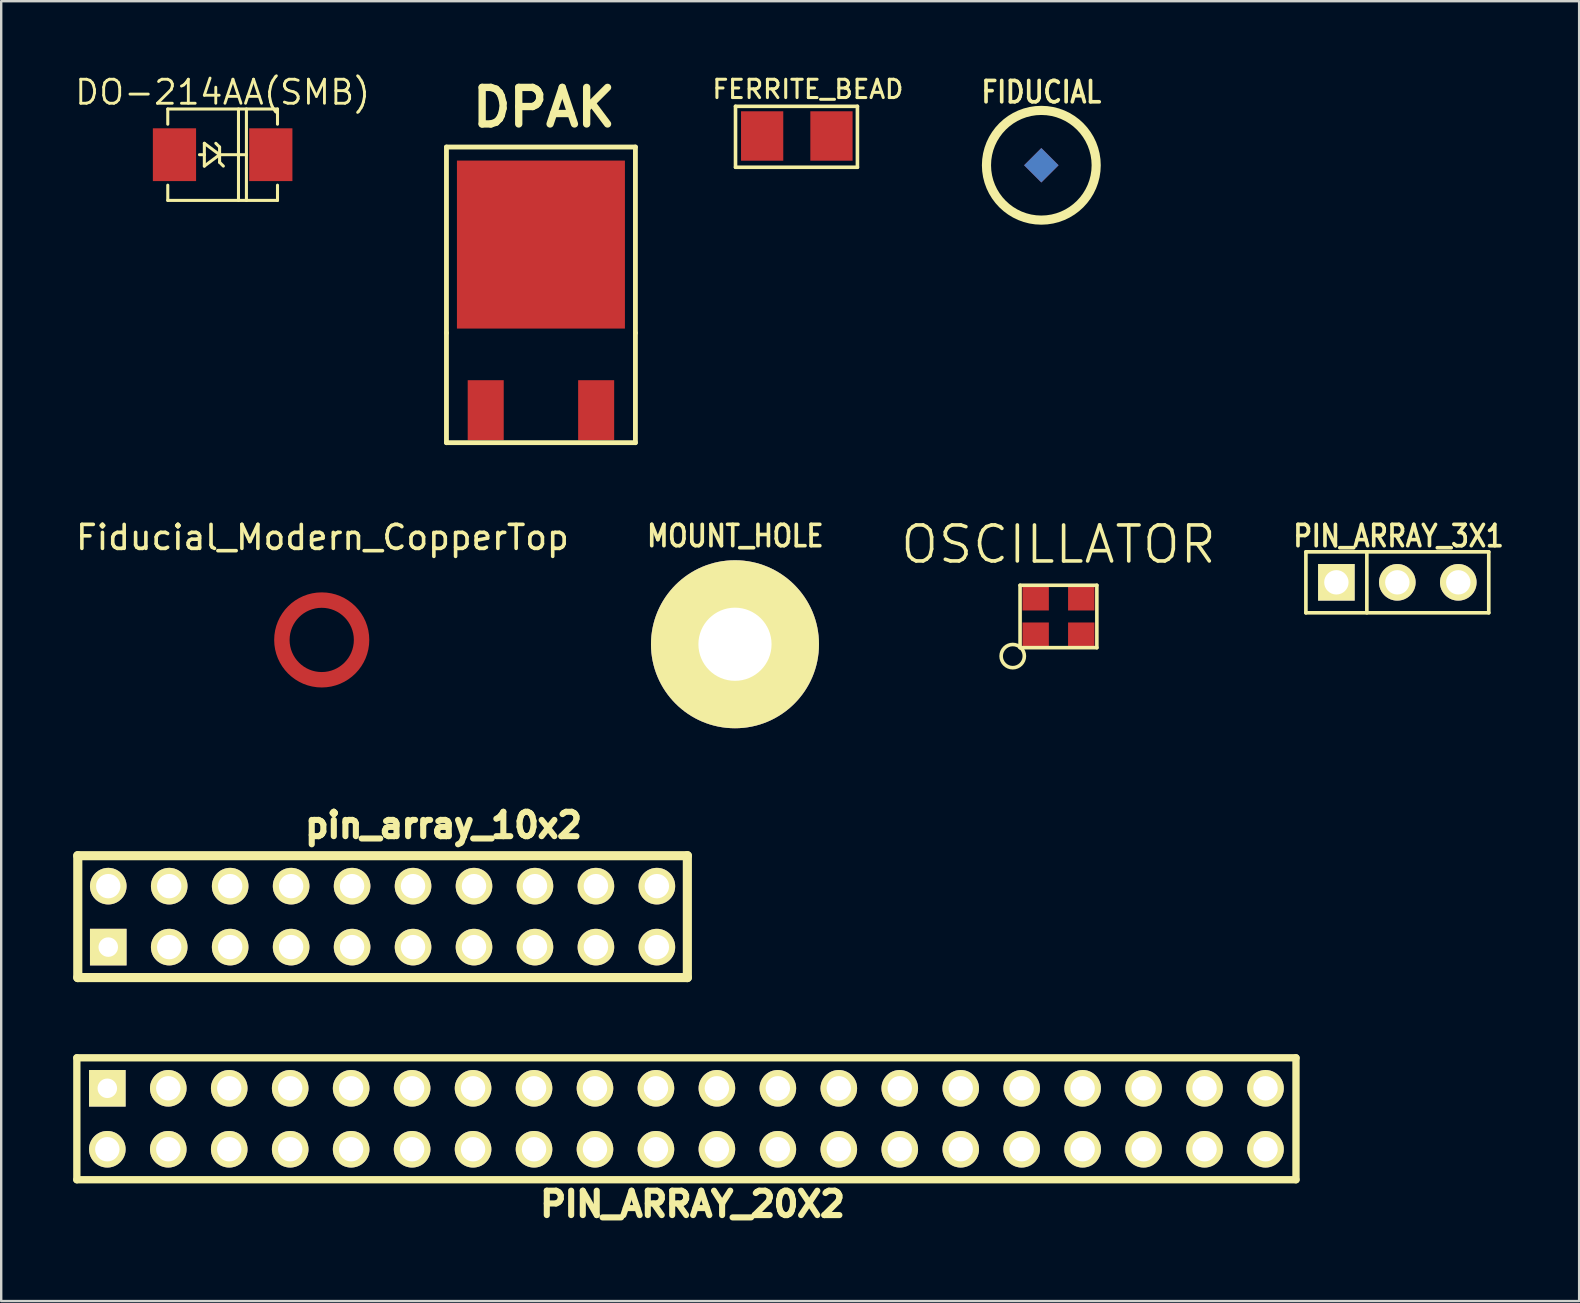
<source format=kicad_pcb>
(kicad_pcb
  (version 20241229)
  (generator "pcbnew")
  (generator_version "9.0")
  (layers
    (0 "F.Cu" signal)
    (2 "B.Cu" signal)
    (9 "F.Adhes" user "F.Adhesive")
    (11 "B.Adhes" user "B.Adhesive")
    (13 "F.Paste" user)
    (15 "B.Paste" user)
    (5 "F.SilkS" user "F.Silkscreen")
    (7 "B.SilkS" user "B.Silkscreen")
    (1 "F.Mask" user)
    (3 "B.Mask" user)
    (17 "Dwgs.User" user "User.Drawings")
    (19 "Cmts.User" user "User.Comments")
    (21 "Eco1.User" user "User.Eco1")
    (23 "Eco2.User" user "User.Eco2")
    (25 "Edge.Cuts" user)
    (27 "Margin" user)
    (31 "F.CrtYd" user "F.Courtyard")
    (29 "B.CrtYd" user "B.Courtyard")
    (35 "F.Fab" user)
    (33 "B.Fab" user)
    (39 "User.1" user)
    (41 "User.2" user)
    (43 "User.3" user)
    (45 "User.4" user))
  (footprint "Fiducial_Modern_CopperTop"
    (layer "F.Cu")
    (at 10.356 23.615)
    (property "Reference" "Fiducial_Modern_CopperTop" (at 0.03 -4.27 0) (layer "F.SilkS") (effects (font (size 1 1) (thickness 0.15))))
    (attr through_hole)
    (fp_circle (center 0 0) (end 1.529 0) (stroke (width 0.381) (type solid)) (fill no) (layer "F.Cu"))
    (fp_circle (center 0 0) (end 1.791 0) (stroke (width 0.381) (type solid)) (fill no) (layer "F.Cu"))
    (pad "" smd circle (at 0 0) (size 4.801 4.801) (layers "F.Mask")))
  (footprint "PIN_ARRAY_3X1"
    (layer "F.Cu")
    (at 55.175 21.215)
    (property "Reference" "PIN_ARRAY_3X1" (at 0.051 -1.93 0) (layer "F.SilkS") (effects (font (size 0.889 0.762) (thickness 0.152))))
    (attr through_hole)
    (fp_line (start -3.81 -1.27) (end 3.81 -1.27) (stroke (width 0.152) (type solid)) (layer "F.SilkS"))
    (fp_line (start -3.81 1.27) (end -3.81 -1.27) (stroke (width 0.152) (type solid)) (layer "F.SilkS"))
    (fp_line (start -1.27 -1.27) (end -1.27 1.27) (stroke (width 0.152) (type solid)) (layer "F.SilkS"))
    (fp_line (start 3.81 -1.27) (end 3.81 1.27) (stroke (width 0.152) (type solid)) (layer "F.SilkS"))
    (fp_line (start 3.81 1.27) (end -3.81 1.27) (stroke (width 0.152) (type solid)) (layer "F.SilkS"))
    (pad "1" thru_hole rect (at -2.54 0) (size 1.524 1.524) (drill 1.016) (layers "*.Cu" "*.Mask" "F.SilkS"))
    (pad "2" thru_hole circle (at 0 0) (size 1.524 1.524) (drill 1.016) (layers "*.Cu" "*.Mask" "F.SilkS"))
    (pad "3" thru_hole circle (at 2.54 0) (size 1.524 1.524) (drill 1.016) (layers "*.Cu" "*.Mask" "F.SilkS")))
  (footprint "PIN_ARRAY_20X2"
    (layer "F.Cu")
    (at 25.552 43.568)
    (property "Reference" "PIN_ARRAY_20X2" (at 0.254 3.556 0) (layer "F.SilkS") (effects (font (size 1.016 1.016) (thickness 0.305))))
    (attr through_hole)
    (fp_line (start -25.4 2.54) (end -25.4 -2.54) (stroke (width 0.305) (type solid)) (layer "F.SilkS"))
    (fp_line (start 25.4 -2.54) (end -25.4 -2.54) (stroke (width 0.305) (type solid)) (layer "F.SilkS"))
    (fp_line (start 25.4 2.54) (end -25.4 2.54) (stroke (width 0.305) (type solid)) (layer "F.SilkS"))
    (fp_line (start 25.4 2.54) (end 25.4 -2.54) (stroke (width 0.305) (type solid)) (layer "F.SilkS"))
    (pad "1" thru_hole rect (at -24.13 -1.27) (size 1.524 1.524) (drill 0.813) (layers "*.Cu" "*.Mask" "F.SilkS"))
    (pad "2" thru_hole circle (at -24.13 1.27) (size 1.524 1.524) (drill 1.016) (layers "*.Cu" "*.Mask" "F.SilkS"))
    (pad "3" thru_hole circle (at -21.59 -1.27) (size 1.524 1.524) (drill 1.016) (layers "*.Cu" "*.Mask" "F.SilkS"))
    (pad "4" thru_hole circle (at -21.59 1.27) (size 1.524 1.524) (drill 1.016) (layers "*.Cu" "*.Mask" "F.SilkS"))
    (pad "5" thru_hole circle (at -19.05 -1.27) (size 1.524 1.524) (drill 1.016) (layers "*.Cu" "*.Mask" "F.SilkS"))
    (pad "6" thru_hole circle (at -19.05 1.27) (size 1.524 1.524) (drill 1.016) (layers "*.Cu" "*.Mask" "F.SilkS"))
    (pad "7" thru_hole circle (at -16.51 -1.27) (size 1.524 1.524) (drill 1.016) (layers "*.Cu" "*.Mask" "F.SilkS"))
    (pad "8" thru_hole circle (at -16.51 1.27) (size 1.524 1.524) (drill 1.016) (layers "*.Cu" "*.Mask" "F.SilkS"))
    (pad "9" thru_hole circle (at -13.97 -1.27) (size 1.524 1.524) (drill 1.016) (layers "*.Cu" "*.Mask" "F.SilkS"))
    (pad "10" thru_hole circle (at -13.97 1.27) (size 1.524 1.524) (drill 1.016) (layers "*.Cu" "*.Mask" "F.SilkS"))
    (pad "11" thru_hole circle (at -11.43 -1.27) (size 1.524 1.524) (drill 1.016) (layers "*.Cu" "*.Mask" "F.SilkS"))
    (pad "12" thru_hole circle (at -11.43 1.27) (size 1.524 1.524) (drill 1.016) (layers "*.Cu" "*.Mask" "F.SilkS"))
    (pad "13" thru_hole circle (at -8.89 -1.27) (size 1.524 1.524) (drill 1.016) (layers "*.Cu" "*.Mask" "F.SilkS"))
    (pad "14" thru_hole circle (at -8.89 1.27) (size 1.524 1.524) (drill 1.016) (layers "*.Cu" "*.Mask" "F.SilkS"))
    (pad "15" thru_hole circle (at -6.35 -1.27) (size 1.524 1.524) (drill 1.016) (layers "*.Cu" "*.Mask" "F.SilkS"))
    (pad "16" thru_hole circle (at -6.35 1.27) (size 1.524 1.524) (drill 1.016) (layers "*.Cu" "*.Mask" "F.SilkS"))
    (pad "17" thru_hole circle (at -3.81 -1.27) (size 1.524 1.524) (drill 1.016) (layers "*.Cu" "*.Mask" "F.SilkS"))
    (pad "18" thru_hole circle (at -3.81 1.27) (size 1.524 1.524) (drill 1.016) (layers "*.Cu" "*.Mask" "F.SilkS"))
    (pad "19" thru_hole circle (at -1.27 -1.27) (size 1.524 1.524) (drill 1.016) (layers "*.Cu" "*.Mask" "F.SilkS"))
    (pad "20" thru_hole circle (at -1.27 1.27) (size 1.524 1.524) (drill 1.016) (layers "*.Cu" "*.Mask" "F.SilkS"))
    (pad "21" thru_hole circle (at 1.27 -1.27) (size 1.524 1.524) (drill 1.016) (layers "*.Cu" "*.Mask" "F.SilkS"))
    (pad "22" thru_hole circle (at 1.27 1.27) (size 1.524 1.524) (drill 1.016) (layers "*.Cu" "*.Mask" "F.SilkS"))
    (pad "23" thru_hole circle (at 3.81 -1.27) (size 1.524 1.524) (drill 1.016) (layers "*.Cu" "*.Mask" "F.SilkS"))
    (pad "24" thru_hole circle (at 3.81 1.27) (size 1.524 1.524) (drill 1.016) (layers "*.Cu" "*.Mask" "F.SilkS"))
    (pad "25" thru_hole circle (at 6.35 -1.27) (size 1.524 1.524) (drill 1.016) (layers "*.Cu" "*.Mask" "F.SilkS"))
    (pad "26" thru_hole circle (at 6.35 1.27) (size 1.524 1.524) (drill 1.016) (layers "*.Cu" "*.Mask" "F.SilkS"))
    (pad "27" thru_hole circle (at 8.89 -1.27) (size 1.524 1.524) (drill 1.016) (layers "*.Cu" "*.Mask" "F.SilkS"))
    (pad "28" thru_hole circle (at 8.89 1.27) (size 1.524 1.524) (drill 1.016) (layers "*.Cu" "*.Mask" "F.SilkS"))
    (pad "29" thru_hole circle (at 11.43 -1.27) (size 1.524 1.524) (drill 1.016) (layers "*.Cu" "*.Mask" "F.SilkS"))
    (pad "30" thru_hole circle (at 11.43 1.27) (size 1.524 1.524) (drill 1.016) (layers "*.Cu" "*.Mask" "F.SilkS"))
    (pad "31" thru_hole circle (at 13.97 -1.27) (size 1.524 1.524) (drill 1.016) (layers "*.Cu" "*.Mask" "F.SilkS"))
    (pad "32" thru_hole circle (at 13.97 1.27) (size 1.524 1.524) (drill 1.016) (layers "*.Cu" "*.Mask" "F.SilkS"))
    (pad "33" thru_hole circle (at 16.51 -1.27) (size 1.524 1.524) (drill 1.016) (layers "*.Cu" "*.Mask" "F.SilkS"))
    (pad "34" thru_hole circle (at 16.51 1.27) (size 1.524 1.524) (drill 1.016) (layers "*.Cu" "*.Mask" "F.SilkS"))
    (pad "35" thru_hole circle (at 19.05 -1.27) (size 1.524 1.524) (drill 1.016) (layers "*.Cu" "*.Mask" "F.SilkS"))
    (pad "36" thru_hole circle (at 19.05 1.27) (size 1.524 1.524) (drill 1.016) (layers "*.Cu" "*.Mask" "F.SilkS"))
    (pad "37" thru_hole circle (at 21.59 -1.27) (size 1.524 1.524) (drill 1.016) (layers "*.Cu" "*.Mask" "F.SilkS"))
    (pad "38" thru_hole circle (at 21.59 1.27) (size 1.524 1.524) (drill 1.016) (layers "*.Cu" "*.Mask" "F.SilkS"))
    (pad "39" thru_hole circle (at 24.13 -1.27) (size 1.524 1.524) (drill 1.016) (layers "*.Cu" "*.Mask" "F.SilkS"))
    (pad "40" thru_hole circle (at 24.13 1.27) (size 1.524 1.524) (drill 1.016) (layers "*.Cu" "*.Mask" "F.SilkS")))
  (footprint "pin_array_10x2"
    (layer "F.Cu")
    (at 15.431 35.145)
    (property "Reference" "pin_array_10x2" (at 0 -3.81 0) (layer "F.SilkS") (effects (font (size 1.016 1.016) (thickness 0.274))))
    (attr through_hole)
    (fp_line (start -15.24 -2.54) (end -15.24 2.54) (stroke (width 0.381) (type solid)) (layer "F.SilkS"))
    (fp_line (start -15.24 -2.54) (end 10.16 -2.54) (stroke (width 0.381) (type solid)) (layer "F.SilkS"))
    (fp_line (start -15.24 2.54) (end 10.16 2.54) (stroke (width 0.381) (type solid)) (layer "F.SilkS"))
    (fp_line (start 10.16 2.54) (end 10.16 -2.54) (stroke (width 0.381) (type solid)) (layer "F.SilkS"))
    (pad "1" thru_hole rect (at -13.97 1.27) (size 1.524 1.524) (drill 0.813) (layers "*.Cu" "*.Mask" "F.SilkS"))
    (pad "2" thru_hole circle (at -13.97 -1.27) (size 1.524 1.524) (drill 1.016) (layers "*.Cu" "*.Mask" "F.SilkS"))
    (pad "3" thru_hole circle (at -11.43 1.27) (size 1.524 1.524) (drill 1.016) (layers "*.Cu" "*.Mask" "F.SilkS"))
    (pad "4" thru_hole circle (at -11.43 -1.27) (size 1.524 1.524) (drill 1.016) (layers "*.Cu" "*.Mask" "F.SilkS"))
    (pad "5" thru_hole circle (at -8.89 1.27) (size 1.524 1.524) (drill 1.016) (layers "*.Cu" "*.Mask" "F.SilkS"))
    (pad "6" thru_hole circle (at -8.89 -1.27) (size 1.524 1.524) (drill 1.016) (layers "*.Cu" "*.Mask" "F.SilkS"))
    (pad "7" thru_hole circle (at -6.35 1.27) (size 1.524 1.524) (drill 1.016) (layers "*.Cu" "*.Mask" "F.SilkS"))
    (pad "8" thru_hole circle (at -6.35 -1.27) (size 1.524 1.524) (drill 1.016) (layers "*.Cu" "*.Mask" "F.SilkS"))
    (pad "9" thru_hole circle (at -3.81 1.27) (size 1.524 1.524) (drill 1.016) (layers "*.Cu" "*.Mask" "F.SilkS"))
    (pad "10" thru_hole circle (at -3.81 -1.27) (size 1.524 1.524) (drill 1.016) (layers "*.Cu" "*.Mask" "F.SilkS"))
    (pad "11" thru_hole circle (at -1.27 1.27) (size 1.524 1.524) (drill 1.016) (layers "*.Cu" "*.Mask" "F.SilkS"))
    (pad "12" thru_hole circle (at -1.27 -1.27) (size 1.524 1.524) (drill 1.016) (layers "*.Cu" "*.Mask" "F.SilkS"))
    (pad "13" thru_hole circle (at 1.27 1.27) (size 1.524 1.524) (drill 1.016) (layers "*.Cu" "*.Mask" "F.SilkS"))
    (pad "14" thru_hole circle (at 1.27 -1.27) (size 1.524 1.524) (drill 1.016) (layers "*.Cu" "*.Mask" "F.SilkS"))
    (pad "15" thru_hole circle (at 3.81 1.27) (size 1.524 1.524) (drill 1.016) (layers "*.Cu" "*.Mask" "F.SilkS"))
    (pad "16" thru_hole circle (at 3.81 -1.27) (size 1.524 1.524) (drill 1.016) (layers "*.Cu" "*.Mask" "F.SilkS"))
    (pad "17" thru_hole circle (at 6.35 1.27) (size 1.524 1.524) (drill 1.016) (layers "*.Cu" "*.Mask" "F.SilkS"))
    (pad "18" thru_hole circle (at 6.35 -1.27) (size 1.524 1.524) (drill 1.016) (layers "*.Cu" "*.Mask" "F.SilkS"))
    (pad "19" thru_hole circle (at 8.89 1.27) (size 1.524 1.524) (drill 1.016) (layers "*.Cu" "*.Mask" "F.SilkS"))
    (pad "20" thru_hole circle (at 8.89 -1.27) (size 1.524 1.524) (drill 1.016) (layers "*.Cu" "*.Mask" "F.SilkS")))
  (footprint "DO-214AA(SMB)"
    (layer "F.Cu")
    (at 6.227 3.396)
    (property "Reference" "DO-214AA(SMB)" (at 0 -2.601 0) (layer "F.SilkS") (effects (font (size 1.001 1.001) (thickness 0.119))))
    (attr smd)
    (fp_line (start -2.286 -1.905) (end 2.286 -1.905) (stroke (width 0.127) (type solid)) (layer "F.SilkS"))
    (fp_line (start -2.286 -1.27) (end -2.286 -1.905) (stroke (width 0.127) (type solid)) (layer "F.SilkS"))
    (fp_line (start -2.286 1.27) (end -2.286 1.905) (stroke (width 0.127) (type solid)) (layer "F.SilkS"))
    (fp_line (start -2.286 1.905) (end 2.286 1.905) (stroke (width 0.127) (type solid)) (layer "F.SilkS"))
    (fp_line (start -0.762 -0.475) (end -0.762 0) (stroke (width 0.127) (type solid)) (layer "F.SilkS"))
    (fp_line (start -0.762 0) (end -0.965 0) (stroke (width 0.127) (type solid)) (layer "F.SilkS"))
    (fp_line (start -0.762 0) (end -0.762 0.475) (stroke (width 0.127) (type solid)) (layer "F.SilkS"))
    (fp_line (start -0.762 0.475) (end -0.127 0) (stroke (width 0.127) (type solid)) (layer "F.SilkS"))
    (fp_line (start -0.127 -0.318) (end -0.284 -0.475) (stroke (width 0.127) (type solid)) (layer "F.SilkS"))
    (fp_line (start -0.127 0) (end -0.762 -0.475) (stroke (width 0.127) (type solid)) (layer "F.SilkS"))
    (fp_line (start -0.127 0) (end -0.127 -0.318) (stroke (width 0.127) (type solid)) (layer "F.SilkS"))
    (fp_line (start -0.127 0) (end -0.127 0.318) (stroke (width 0.127) (type solid)) (layer "F.SilkS"))
    (fp_line (start -0.127 0) (end 0.983 0) (stroke (width 0.127) (type solid)) (layer "F.SilkS"))
    (fp_line (start -0.127 0.318) (end 0.03 0.475) (stroke (width 0.127) (type solid)) (layer "F.SilkS"))
    (fp_line (start 0.66 1.905) (end 0.66 -1.905) (stroke (width 0.127) (type solid)) (layer "F.SilkS"))
    (fp_line (start 0.991 1.905) (end 0.991 -1.905) (stroke (width 0.127) (type solid)) (layer "F.SilkS"))
    (fp_line (start 2.286 -1.905) (end 2.286 -1.27) (stroke (width 0.127) (type solid)) (layer "F.SilkS"))
    (fp_line (start 2.286 1.905) (end 2.286 1.27) (stroke (width 0.127) (type solid)) (layer "F.SilkS"))
    (pad "A" smd rect (at -2.007 0) (size 1.801 2.2) (layers "F.Cu" "F.Mask" "F.Paste"))
    (pad "C" smd rect (at 2.007 0) (size 1.801 2.2) (layers "F.Cu" "F.Mask" "F.Paste")))
  (footprint "OSCILLATOR"
    (layer "F.Cu")
    (at 41.055 22.638)
    (property "Reference" "OSCILLATOR" (at 0 -3 0) (layer "F.SilkS") (effects (font (size 1.5 1.5) (thickness 0.15))))
    (attr through_hole)
    (fp_line (start -1.6 -1.3) (end 1.6 -1.3) (stroke (width 0.15) (type solid)) (layer "F.SilkS"))
    (fp_line (start -1.6 1.3) (end -1.6 -1.3) (stroke (width 0.15) (type solid)) (layer "F.SilkS"))
    (fp_line (start 1.6 -1.3) (end 1.6 1.3) (stroke (width 0.15) (type solid)) (layer "F.SilkS"))
    (fp_line (start 1.6 1.3) (end -1.6 1.3) (stroke (width 0.15) (type solid)) (layer "F.SilkS"))
    (fp_circle (center -1.905 1.651) (end -1.46 1.841) (stroke (width 0.15) (type solid)) (fill no) (layer "F.SilkS"))
    (pad "1" smd rect (at -0.95 0.75) (size 1.1 1) (layers "F.Cu" "F.Mask" "F.Paste"))
    (pad "2" smd rect (at 0.95 0.75) (size 1.1 1) (layers "F.Cu" "F.Mask" "F.Paste"))
    (pad "3" smd rect (at 0.95 -0.75) (size 1.1 1) (layers "F.Cu" "F.Mask" "F.Paste"))
    (pad "4" smd rect (at -0.95 -0.75) (size 1.1 1) (layers "F.Cu" "F.Mask" "F.Paste")))
  (footprint "FERRITE_BEAD"
    (layer "F.Cu")
    (at 30.148 2.66)
    (property "Reference" "FERRITE_BEAD" (at 0.467 -1.991 0) (layer "F.SilkS") (effects (font (size 0.762 0.762) (thickness 0.127))))
    (attr through_hole)
    (fp_line (start -2.55 -1.28) (end 2.53 -1.28) (stroke (width 0.15) (type solid)) (layer "F.SilkS"))
    (fp_line (start -2.55 1.26) (end -2.55 -1.28) (stroke (width 0.15) (type solid)) (layer "F.SilkS"))
    (fp_line (start 2.53 -1.28) (end 2.53 1.26) (stroke (width 0.15) (type solid)) (layer "F.SilkS"))
    (fp_line (start 2.53 1.26) (end -2.55 1.26) (stroke (width 0.15) (type solid)) (layer "F.SilkS"))
    (pad "1" smd rect (at -1.44 -0.043) (size 1.76 2.06) (layers "F.Cu" "F.Mask" "F.Paste"))
    (pad "2" smd rect (at 1.448 -0.043) (size 1.76 2.06) (layers "F.Cu" "F.Mask" "F.Paste")))
  (footprint "FIDUCIAL"
    (layer "F.Cu")
    (at 40.341 3.836)
    (property "Reference" "FIDUCIAL" (at 0 -3.048 0) (layer "F.SilkS") (effects (font (size 0.889 0.762) (thickness 0.152))))
    (attr through_hole)
    (fp_circle (center 0 0) (end 0 -2.286) (stroke (width 0.381) (type solid)) (fill no) (layer "F.SilkS"))
    (pad "1" connect rect (at 0 0 45) (size 1.016 1.016) (layers "*.Cu" "*.Mask")))
  (footprint "MOUNT_HOLE"
    (layer "F.Cu")
    (at 27.576 23.795)
    (property "Reference" "MOUNT_HOLE" (at 0.015 -4.511 0) (layer "F.SilkS") (effects (font (size 0.889 0.762) (thickness 0.152))))
    (attr through_hole)
    (pad "1" thru_hole circle (at 0 0) (size 7 7) (drill 3.048) (layers "*.Cu" "*.Mask" "F.SilkS")))
  (footprint "DPAK"
    (layer "F.Cu")
    (at 19.49 7.141)
    (property "Reference" "DPAK" (at 0.127 -5.715 0) (layer "F.SilkS") (effects (font (size 1.524 1.524) (thickness 0.305))))
    (attr through_hole)
    (fp_line (start -3.937 -4.064) (end -3.937 3.683) (stroke (width 0.201) (type solid)) (layer "F.SilkS"))
    (fp_line (start -3.937 3.683) (end -3.937 8.255) (stroke (width 0.201) (type solid)) (layer "F.SilkS"))
    (fp_line (start -3.937 8.255) (end 3.937 8.255) (stroke (width 0.201) (type solid)) (layer "F.SilkS"))
    (fp_line (start 3.937 -4.064) (end -3.937 -4.064) (stroke (width 0.201) (type solid)) (layer "F.SilkS"))
    (fp_line (start 3.937 3.683) (end 3.937 -4.064) (stroke (width 0.201) (type solid)) (layer "F.SilkS"))
    (fp_line (start 3.937 8.255) (end 3.937 3.683) (stroke (width 0.201) (type solid)) (layer "F.SilkS"))
    (pad "D" smd rect (at 0 0) (size 7 7) (layers "F.Cu" "F.Mask" "F.Paste"))
    (pad "G" smd rect (at -2.301 6.901) (size 1.501 2.499) (layers "F.Cu" "F.Mask" "F.Paste"))
    (pad "S" smd rect (at 2.301 6.901) (size 1.501 2.499) (layers "F.Cu" "F.Mask" "F.Paste")))
  (gr_rect
    (start -3 -3)
    (end 62.751 51.165)
    (stroke (width 0.1) (type default))
    (fill no)
    (layer "Edge.Cuts")))
</source>
